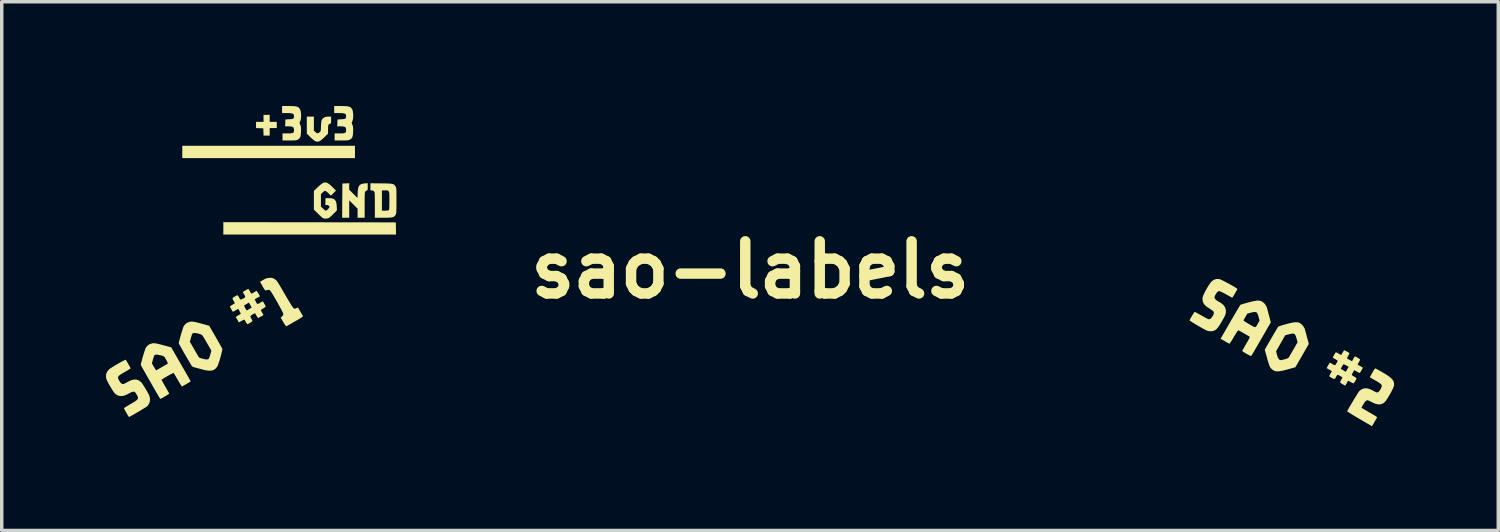
<source format=kicad_pcb>
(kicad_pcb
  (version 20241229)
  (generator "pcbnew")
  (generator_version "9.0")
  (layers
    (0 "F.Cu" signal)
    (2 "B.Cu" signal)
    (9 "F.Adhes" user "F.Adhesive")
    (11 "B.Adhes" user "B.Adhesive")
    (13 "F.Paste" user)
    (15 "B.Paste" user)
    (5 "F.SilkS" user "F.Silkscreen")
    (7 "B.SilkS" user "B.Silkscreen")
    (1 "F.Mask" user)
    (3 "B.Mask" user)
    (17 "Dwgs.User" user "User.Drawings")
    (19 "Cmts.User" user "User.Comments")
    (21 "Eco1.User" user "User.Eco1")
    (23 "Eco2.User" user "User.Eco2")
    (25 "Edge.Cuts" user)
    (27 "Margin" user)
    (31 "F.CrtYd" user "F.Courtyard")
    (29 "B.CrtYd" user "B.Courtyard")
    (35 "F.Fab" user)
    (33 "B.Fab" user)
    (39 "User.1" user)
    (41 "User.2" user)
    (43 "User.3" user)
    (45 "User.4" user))
  (footprint "sao-labels"
    (layer "F.Cu")
    (at 18.534 4.714)
    (property "Reference" "sao-labels" (at 0 0 0) (layer "F.SilkS") (effects (font (size 1.5 1.5) (thickness 0.3))))
    (attr board_only exclude_from_pos_files exclude_from_bom)
    (fp_poly (pts (xy -12.678 -1.369) (xy -10.197 -1.366) (xy -10.193 -1.191) (xy -10.19 -1.017) (xy -12.674 -1.017) (xy -15.159 -1.017) (xy -15.159 -1.194) (xy -15.159 -1.372)) (stroke (width 0) (type solid)) (fill yes) (layer "F.SilkS"))
    (fp_poly (pts (xy -11.372 -3.393) (xy -11.372 -3.215) (xy -13.856 -3.215) (xy -16.34 -3.215) (xy -16.34 -3.393) (xy -16.34 -3.57) (xy -13.856 -3.57) (xy -11.372 -3.57)) (stroke (width 0) (type solid)) (fill yes) (layer "F.SilkS"))
    (fp_poly (pts (xy -13.825 -4.358) (xy -13.825 -4.257) (xy -13.723 -4.257) (xy -13.621 -4.257) (xy -13.621 -4.168) (xy -13.621 -4.079) (xy -13.723 -4.079) (xy -13.825 -4.079) (xy -13.825 -3.971) (xy -13.825 -3.863) (xy -13.913 -3.863) (xy -14.001 -3.863) (xy -14.005 -3.968) (xy -14.009 -4.072) (xy -14.114 -4.076) (xy -14.218 -4.08) (xy -14.218 -4.168) (xy -14.218 -4.257) (xy -14.11 -4.257) (xy -14.002 -4.257) (xy -14.002 -4.358) (xy -14.002 -4.46) (xy -13.913 -4.46) (xy -13.825 -4.46)) (stroke (width 0) (type solid)) (fill yes) (layer "F.SilkS"))
    (fp_poly (pts (xy -11.004 -2.391) (xy -11.005 -2.338) (xy -11.008 -2.306) (xy -11.014 -2.291) (xy -11.023 -2.287) (xy -11.045 -2.279) (xy -11.067 -2.262) (xy -11.075 -2.253) (xy -11.08 -2.242) (xy -11.085 -2.226) (xy -11.088 -2.202) (xy -11.09 -2.166) (xy -11.092 -2.116) (xy -11.092 -2.049) (xy -11.093 -1.962) (xy -11.093 -1.868) (xy -11.093 -1.499) (xy -11.194 -1.499) (xy -11.296 -1.499) (xy -11.296 -1.63) (xy -11.296 -1.76) (xy -11.417 -1.881) (xy -11.537 -2.001) (xy -11.537 -1.75) (xy -11.537 -1.499) (xy -11.639 -1.499) (xy -11.741 -1.499) (xy -11.738 -1.992) (xy -11.734 -2.484) (xy -11.636 -2.488) (xy -11.537 -2.492) (xy -11.537 -2.399) (xy -11.537 -2.306) (xy -11.418 -2.187) (xy -11.299 -2.068) (xy -11.294 -2.213) (xy -11.288 -2.302) (xy -11.275 -2.37) (xy -11.253 -2.419) (xy -11.22 -2.452) (xy -11.173 -2.473) (xy -11.109 -2.485) (xy -11.084 -2.488) (xy -11.004 -2.494)) (stroke (width 0) (type solid)) (fill yes) (layer "F.SilkS"))
    (fp_poly (pts (xy -12.554 -4.208) (xy -12.554 -4.007) (xy -12.512 -3.967) (xy -12.476 -3.937) (xy -12.446 -3.928) (xy -12.414 -3.94) (xy -12.391 -3.958) (xy -12.375 -3.972) (xy -12.364 -3.987) (xy -12.357 -4.006) (xy -12.353 -4.037) (xy -12.351 -4.082) (xy -12.349 -4.14) (xy -12.345 -4.217) (xy -12.338 -4.274) (xy -12.326 -4.315) (xy -12.307 -4.345) (xy -12.279 -4.37) (xy -12.258 -4.384) (xy -12.216 -4.402) (xy -12.159 -4.409) (xy -12.138 -4.409) (xy -12.058 -4.409) (xy -12.058 -4.307) (xy -12.059 -4.257) (xy -12.061 -4.226) (xy -12.067 -4.211) (xy -12.077 -4.206) (xy -12.083 -4.206) (xy -12.11 -4.201) (xy -12.129 -4.185) (xy -12.14 -4.153) (xy -12.146 -4.103) (xy -12.147 -4.042) (xy -12.147 -3.917) (xy -12.259 -3.809) (xy -12.319 -3.754) (xy -12.365 -3.718) (xy -12.4 -3.698) (xy -12.413 -3.693) (xy -12.446 -3.687) (xy -12.467 -3.687) (xy -12.49 -3.694) (xy -12.514 -3.704) (xy -12.541 -3.721) (xy -12.58 -3.751) (xy -12.624 -3.79) (xy -12.657 -3.82) (xy -12.757 -3.918) (xy -12.757 -4.164) (xy -12.757 -4.409) (xy -12.656 -4.409) (xy -12.554 -4.409)) (stroke (width 0) (type solid)) (fill yes) (layer "F.SilkS"))
    (fp_poly (pts (xy -12.154 -2.495) (xy -12.097 -2.455) (xy -12.032 -2.394) (xy -12.023 -2.386) (xy -11.918 -2.28) (xy -11.992 -2.207) (xy -12.065 -2.135) (xy -12.135 -2.205) (xy -12.173 -2.24) (xy -12.207 -2.265) (xy -12.229 -2.274) (xy -12.23 -2.274) (xy -12.254 -2.266) (xy -12.285 -2.244) (xy -12.304 -2.226) (xy -12.351 -2.178) (xy -12.351 -2) (xy -12.351 -1.822) (xy -12.29 -1.763) (xy -12.256 -1.732) (xy -12.227 -1.71) (xy -12.21 -1.703) (xy -12.187 -1.712) (xy -12.159 -1.735) (xy -12.131 -1.765) (xy -12.111 -1.794) (xy -12.103 -1.818) (xy -12.104 -1.822) (xy -12.127 -1.85) (xy -12.168 -1.866) (xy -12.191 -1.868) (xy -12.225 -1.868) (xy -12.221 -1.966) (xy -12.217 -2.065) (xy -12.122 -2.064) (xy -12.045 -2.059) (xy -11.987 -2.042) (xy -11.946 -2.012) (xy -11.918 -1.965) (xy -11.902 -1.899) (xy -11.896 -1.825) (xy -11.89 -1.713) (xy -11.99 -1.612) (xy -12.034 -1.568) (xy -12.075 -1.531) (xy -12.108 -1.503) (xy -12.124 -1.492) (xy -12.165 -1.479) (xy -12.216 -1.475) (xy -12.265 -1.479) (xy -12.293 -1.489) (xy -12.312 -1.503) (xy -12.344 -1.531) (xy -12.385 -1.569) (xy -12.431 -1.613) (xy -12.436 -1.618) (xy -12.554 -1.734) (xy -12.554 -2.002) (xy -12.554 -2.271) (xy -12.435 -2.386) (xy -12.365 -2.449) (xy -12.306 -2.492) (xy -12.254 -2.514) (xy -12.205 -2.515)) (stroke (width 0) (type solid)) (fill yes) (layer "F.SilkS"))
    (fp_poly (pts (xy -13.275 -4.714) (xy -13.18 -4.712) (xy -13.107 -4.708) (xy -13.052 -4.699) (xy -13.011 -4.684) (xy -12.982 -4.662) (xy -12.96 -4.633) (xy -12.948 -4.61) (xy -12.932 -4.557) (xy -12.923 -4.491) (xy -12.921 -4.42) (xy -12.927 -4.352) (xy -12.939 -4.296) (xy -12.947 -4.278) (xy -12.961 -4.248) (xy -12.965 -4.227) (xy -12.958 -4.202) (xy -12.945 -4.172) (xy -12.934 -4.141) (xy -12.926 -4.109) (xy -12.923 -4.069) (xy -12.923 -4.014) (xy -12.924 -3.978) (xy -12.929 -3.903) (xy -12.937 -3.848) (xy -12.951 -3.808) (xy -12.974 -3.778) (xy -13.007 -3.753) (xy -13.015 -3.748) (xy -13.034 -3.738) (xy -13.055 -3.732) (xy -13.085 -3.727) (xy -13.127 -3.724) (xy -13.186 -3.723) (xy -13.256 -3.723) (xy -13.456 -3.723) (xy -13.456 -3.825) (xy -13.456 -3.926) (xy -13.311 -3.926) (xy -13.239 -3.927) (xy -13.188 -3.932) (xy -13.155 -3.941) (xy -13.136 -3.958) (xy -13.128 -3.984) (xy -13.126 -4.021) (xy -13.126 -4.022) (xy -13.13 -4.068) (xy -13.145 -4.1) (xy -13.174 -4.118) (xy -13.221 -4.127) (xy -13.279 -4.13) (xy -13.381 -4.13) (xy -13.377 -4.228) (xy -13.373 -4.327) (xy -13.262 -4.333) (xy -13.201 -4.338) (xy -13.162 -4.345) (xy -13.139 -4.359) (xy -13.129 -4.381) (xy -13.126 -4.415) (xy -13.126 -4.419) (xy -13.129 -4.454) (xy -13.142 -4.479) (xy -13.167 -4.496) (xy -13.208 -4.506) (xy -13.269 -4.51) (xy -13.323 -4.511) (xy -13.469 -4.511) (xy -13.469 -4.612) (xy -13.469 -4.714)) (stroke (width 0) (type solid)) (fill yes) (layer "F.SilkS"))
    (fp_poly (pts (xy -11.776 -4.714) (xy -11.681 -4.712) (xy -11.607 -4.708) (xy -11.552 -4.699) (xy -11.512 -4.684) (xy -11.482 -4.662) (xy -11.46 -4.633) (xy -11.448 -4.61) (xy -11.432 -4.557) (xy -11.424 -4.491) (xy -11.422 -4.42) (xy -11.427 -4.352) (xy -11.44 -4.296) (xy -11.447 -4.278) (xy -11.461 -4.248) (xy -11.465 -4.227) (xy -11.459 -4.202) (xy -11.446 -4.172) (xy -11.434 -4.141) (xy -11.427 -4.109) (xy -11.424 -4.069) (xy -11.424 -4.014) (xy -11.425 -3.978) (xy -11.429 -3.903) (xy -11.438 -3.848) (xy -11.452 -3.808) (xy -11.475 -3.778) (xy -11.507 -3.753) (xy -11.516 -3.748) (xy -11.534 -3.738) (xy -11.556 -3.732) (xy -11.586 -3.727) (xy -11.628 -3.724) (xy -11.686 -3.723) (xy -11.757 -3.723) (xy -11.957 -3.723) (xy -11.957 -3.825) (xy -11.957 -3.926) (xy -11.811 -3.926) (xy -11.739 -3.927) (xy -11.689 -3.932) (xy -11.656 -3.941) (xy -11.637 -3.958) (xy -11.628 -3.984) (xy -11.626 -4.021) (xy -11.626 -4.022) (xy -11.63 -4.068) (xy -11.645 -4.1) (xy -11.674 -4.118) (xy -11.722 -4.127) (xy -11.779 -4.13) (xy -11.882 -4.13) (xy -11.878 -4.228) (xy -11.874 -4.327) (xy -11.762 -4.333) (xy -11.702 -4.338) (xy -11.663 -4.345) (xy -11.64 -4.359) (xy -11.629 -4.381) (xy -11.627 -4.415) (xy -11.627 -4.419) (xy -11.63 -4.454) (xy -11.642 -4.479) (xy -11.667 -4.496) (xy -11.709 -4.506) (xy -11.77 -4.51) (xy -11.823 -4.511) (xy -11.969 -4.511) (xy -11.969 -4.612) (xy -11.969 -4.714)) (stroke (width 0) (type solid)) (fill yes) (layer "F.SilkS"))
    (fp_poly (pts (xy -10.612 -2.488) (xy -10.508 -2.487) (xy -10.425 -2.485) (xy -10.361 -2.481) (xy -10.314 -2.476) (xy -10.279 -2.468) (xy -10.253 -2.457) (xy -10.234 -2.442) (xy -10.218 -2.421) (xy -10.203 -2.398) (xy -10.195 -2.384) (xy -10.19 -2.369) (xy -10.185 -2.347) (xy -10.182 -2.318) (xy -10.18 -2.277) (xy -10.179 -2.221) (xy -10.178 -2.148) (xy -10.178 -2.054) (xy -10.178 -1.995) (xy -10.178 -1.888) (xy -10.178 -1.803) (xy -10.18 -1.738) (xy -10.181 -1.689) (xy -10.184 -1.653) (xy -10.188 -1.627) (xy -10.193 -1.608) (xy -10.199 -1.592) (xy -10.201 -1.589) (xy -10.218 -1.561) (xy -10.238 -1.539) (xy -10.265 -1.523) (xy -10.3 -1.512) (xy -10.349 -1.505) (xy -10.415 -1.501) (xy -10.5 -1.5) (xy -10.556 -1.499) (xy -10.8 -1.499) (xy -10.8 -1.703) (xy -10.597 -1.703) (xy -10.504 -1.703) (xy -10.452 -1.705) (xy -10.413 -1.711) (xy -10.396 -1.718) (xy -10.391 -1.733) (xy -10.386 -1.766) (xy -10.383 -1.82) (xy -10.382 -1.895) (xy -10.381 -1.99) (xy -10.381 -2.084) (xy -10.382 -2.156) (xy -10.386 -2.209) (xy -10.393 -2.245) (xy -10.405 -2.268) (xy -10.423 -2.281) (xy -10.448 -2.286) (xy -10.483 -2.287) (xy -10.509 -2.287) (xy -10.597 -2.287) (xy -10.597 -1.995) (xy -10.597 -1.703) (xy -10.8 -1.703) (xy -10.8 -1.868) (xy -10.8 -1.974) (xy -10.801 -2.059) (xy -10.802 -2.123) (xy -10.803 -2.171) (xy -10.805 -2.205) (xy -10.809 -2.229) (xy -10.813 -2.244) (xy -10.819 -2.254) (xy -10.826 -2.262) (xy -10.858 -2.281) (xy -10.889 -2.287) (xy -10.927 -2.287) (xy -10.927 -2.39) (xy -10.927 -2.492)) (stroke (width 0) (type solid)) (fill yes) (layer "F.SilkS"))
    (fp_poly (pts (xy -13.749 0.234) (xy -13.717 0.246) (xy -13.692 0.259) (xy -13.674 0.27) (xy -13.657 0.282) (xy -13.641 0.295) (xy -13.625 0.314) (xy -13.606 0.339) (xy -13.583 0.373) (xy -13.554 0.419) (xy -13.519 0.478) (xy -13.475 0.553) (xy -13.421 0.646) (xy -13.373 0.729) (xy -13.306 0.844) (xy -13.249 0.938) (xy -13.203 1.013) (xy -13.167 1.066) (xy -13.143 1.097) (xy -13.134 1.105) (xy -13.11 1.116) (xy -13.087 1.115) (xy -13.057 1.102) (xy -13.013 1.081) (xy -12.953 1.185) (xy -12.925 1.234) (xy -12.899 1.278) (xy -12.881 1.308) (xy -12.875 1.317) (xy -12.87 1.326) (xy -12.871 1.336) (xy -12.878 1.347) (xy -12.896 1.361) (xy -12.927 1.382) (xy -12.972 1.409) (xy -13.036 1.447) (xy -13.09 1.478) (xy -13.161 1.518) (xy -13.224 1.555) (xy -13.278 1.585) (xy -13.317 1.607) (xy -13.339 1.618) (xy -13.342 1.62) (xy -13.355 1.617) (xy -13.373 1.598) (xy -13.398 1.562) (xy -13.433 1.505) (xy -13.435 1.5) (xy -13.509 1.373) (xy -13.47 1.34) (xy -13.438 1.302) (xy -13.431 1.272) (xy -13.437 1.253) (xy -13.454 1.215) (xy -13.481 1.162) (xy -13.515 1.098) (xy -13.554 1.026) (xy -13.596 0.95) (xy -13.64 0.873) (xy -13.683 0.799) (xy -13.723 0.731) (xy -13.759 0.673) (xy -13.788 0.628) (xy -13.809 0.6) (xy -13.815 0.593) (xy -13.841 0.578) (xy -13.874 0.576) (xy -13.921 0.586) (xy -13.933 0.59) (xy -13.945 0.591) (xy -13.959 0.582) (xy -13.977 0.56) (xy -14.001 0.522) (xy -14.03 0.471) (xy -14.102 0.343) (xy -14.012 0.289) (xy -13.961 0.261) (xy -13.92 0.244) (xy -13.88 0.235) (xy -13.835 0.231) (xy -13.785 0.229)) (stroke (width 0) (type solid)) (fill yes) (layer "F.SilkS"))
    (fp_poly (pts (xy 15.772 1.514) (xy 15.811 1.53) (xy 15.836 1.545) (xy 15.902 1.607) (xy 15.947 1.681) (xy 15.961 1.72) (xy 15.969 1.752) (xy 15.982 1.801) (xy 15.999 1.863) (xy 16.017 1.932) (xy 16.023 1.952) (xy 16.07 2.132) (xy 15.877 2.467) (xy 15.683 2.802) (xy 15.468 2.861) (xy 15.364 2.889) (xy 15.28 2.907) (xy 15.212 2.918) (xy 15.157 2.92) (xy 15.112 2.915) (xy 15.092 2.91) (xy 15.039 2.883) (xy 14.987 2.838) (xy 14.959 2.804) (xy 14.946 2.777) (xy 14.928 2.73) (xy 14.907 2.665) (xy 14.883 2.588) (xy 14.867 2.529) (xy 14.815 2.34) (xy 15.129 2.34) (xy 15.152 2.431) (xy 15.171 2.499) (xy 15.191 2.546) (xy 15.214 2.576) (xy 15.238 2.591) (xy 15.255 2.596) (xy 15.272 2.597) (xy 15.296 2.593) (xy 15.333 2.585) (xy 15.387 2.569) (xy 15.4 2.566) (xy 15.45 2.549) (xy 15.482 2.531) (xy 15.501 2.509) (xy 15.503 2.507) (xy 15.515 2.484) (xy 15.538 2.444) (xy 15.569 2.391) (xy 15.605 2.329) (xy 15.635 2.277) (xy 15.747 2.083) (xy 15.718 1.975) (xy 15.698 1.91) (xy 15.678 1.867) (xy 15.653 1.841) (xy 15.618 1.832) (xy 15.569 1.837) (xy 15.501 1.853) (xy 15.489 1.856) (xy 15.392 1.882) (xy 15.26 2.111) (xy 15.129 2.34) (xy 14.815 2.34) (xy 14.803 2.295) (xy 14.989 1.973) (xy 15.037 1.89) (xy 15.081 1.814) (xy 15.12 1.748) (xy 15.152 1.694) (xy 15.176 1.656) (xy 15.189 1.636) (xy 15.19 1.635) (xy 15.207 1.626) (xy 15.245 1.613) (xy 15.298 1.596) (xy 15.362 1.577) (xy 15.414 1.562) (xy 15.519 1.535) (xy 15.604 1.517) (xy 15.672 1.507) (xy 15.727 1.507)) (stroke (width 0) (type solid)) (fill yes) (layer "F.SilkS"))
    (fp_poly (pts (xy -16.025 1.491) (xy -15.981 1.499) (xy -15.923 1.511) (xy -15.849 1.53) (xy -15.793 1.545) (xy -15.566 1.607) (xy -15.38 1.929) (xy -15.332 2.012) (xy -15.289 2.089) (xy -15.251 2.156) (xy -15.221 2.21) (xy -15.2 2.25) (xy -15.189 2.271) (xy -15.188 2.273) (xy -15.189 2.296) (xy -15.197 2.338) (xy -15.21 2.395) (xy -15.227 2.461) (xy -15.247 2.532) (xy -15.268 2.603) (xy -15.289 2.668) (xy -15.308 2.724) (xy -15.325 2.765) (xy -15.333 2.781) (xy -15.378 2.838) (xy -15.432 2.877) (xy -15.498 2.898) (xy -15.578 2.901) (xy -15.673 2.887) (xy -15.737 2.872) (xy -15.803 2.854) (xy -15.871 2.836) (xy -15.93 2.82) (xy -15.959 2.813) (xy -16.004 2.8) (xy -16.039 2.787) (xy -16.057 2.778) (xy -16.067 2.763) (xy -16.088 2.73) (xy -16.117 2.682) (xy -16.152 2.622) (xy -16.192 2.554) (xy -16.235 2.481) (xy -16.278 2.406) (xy -16.32 2.333) (xy -16.358 2.265) (xy -16.392 2.205) (xy -16.418 2.157) (xy -16.436 2.125) (xy -16.442 2.11) (xy -16.442 2.11) (xy -16.438 2.087) (xy -16.434 2.068) (xy -16.122 2.068) (xy -15.994 2.289) (xy -15.955 2.357) (xy -15.92 2.417) (xy -15.89 2.467) (xy -15.869 2.502) (xy -15.858 2.519) (xy -15.858 2.52) (xy -15.84 2.529) (xy -15.805 2.541) (xy -15.761 2.554) (xy -15.713 2.566) (xy -15.671 2.574) (xy -15.641 2.578) (xy -15.606 2.573) (xy -15.585 2.563) (xy -15.571 2.542) (xy -15.554 2.502) (xy -15.537 2.448) (xy -15.533 2.435) (xy -15.503 2.324) (xy -15.625 2.112) (xy -15.664 2.044) (xy -15.7 1.983) (xy -15.731 1.933) (xy -15.754 1.897) (xy -15.767 1.878) (xy -15.767 1.878) (xy -15.792 1.863) (xy -15.835 1.846) (xy -15.886 1.832) (xy -15.938 1.821) (xy -15.984 1.815) (xy -16.015 1.816) (xy -16.017 1.817) (xy -16.035 1.825) (xy -16.049 1.837) (xy -16.06 1.857) (xy -16.072 1.891) (xy -16.087 1.943) (xy -16.093 1.963) (xy -16.122 2.068) (xy -16.434 2.068) (xy -16.428 2.045) (xy -16.413 1.989) (xy -16.395 1.924) (xy -16.375 1.854) (xy -16.354 1.785) (xy -16.335 1.722) (xy -16.317 1.67) (xy -16.304 1.633) (xy -16.298 1.621) (xy -16.251 1.559) (xy -16.187 1.515) (xy -16.112 1.492) (xy -16.092 1.489) (xy -16.061 1.488)) (stroke (width 0) (type solid)) (fill yes) (layer "F.SilkS"))
    (fp_poly (pts (xy -17.966 2.588) (xy -17.955 2.604) (xy -17.935 2.636) (xy -17.911 2.677) (xy -17.885 2.723) (xy -17.86 2.767) (xy -17.84 2.804) (xy -17.829 2.828) (xy -17.827 2.833) (xy -17.837 2.843) (xy -17.866 2.862) (xy -17.91 2.889) (xy -17.964 2.921) (xy -17.999 2.941) (xy -18.073 2.984) (xy -18.127 3.018) (xy -18.163 3.046) (xy -18.183 3.072) (xy -18.189 3.098) (xy -18.183 3.127) (xy -18.168 3.162) (xy -18.163 3.172) (xy -18.127 3.233) (xy -18.088 3.272) (xy -18.049 3.286) (xy -18.031 3.284) (xy -18.003 3.273) (xy -17.963 3.254) (xy -17.927 3.233) (xy -17.832 3.184) (xy -17.747 3.158) (xy -17.67 3.155) (xy -17.601 3.175) (xy -17.537 3.219) (xy -17.514 3.242) (xy -17.492 3.271) (xy -17.461 3.317) (xy -17.425 3.374) (xy -17.387 3.437) (xy -17.35 3.501) (xy -17.318 3.559) (xy -17.294 3.606) (xy -17.283 3.633) (xy -17.268 3.71) (xy -17.274 3.787) (xy -17.299 3.858) (xy -17.342 3.917) (xy -17.355 3.929) (xy -17.374 3.943) (xy -17.411 3.966) (xy -17.46 3.996) (xy -17.519 4.032) (xy -17.583 4.07) (xy -17.649 4.109) (xy -17.712 4.145) (xy -17.77 4.178) (xy -17.818 4.205) (xy -17.852 4.224) (xy -17.869 4.231) (xy -17.869 4.231) (xy -17.881 4.222) (xy -17.895 4.203) (xy -17.921 4.159) (xy -17.949 4.111) (xy -17.976 4.064) (xy -17.998 4.022) (xy -18.013 3.993) (xy -18.018 3.981) (xy -18.007 3.971) (xy -17.978 3.951) (xy -17.934 3.923) (xy -17.879 3.89) (xy -17.833 3.863) (xy -17.751 3.816) (xy -17.69 3.777) (xy -17.648 3.746) (xy -17.623 3.717) (xy -17.613 3.69) (xy -17.616 3.66) (xy -17.631 3.625) (xy -17.656 3.583) (xy -17.679 3.545) (xy -17.7 3.52) (xy -17.723 3.505) (xy -17.75 3.503) (xy -17.786 3.513) (xy -17.835 3.534) (xy -17.9 3.568) (xy -17.939 3.589) (xy -18.023 3.622) (xy -18.104 3.632) (xy -18.18 3.619) (xy -18.247 3.583) (xy -18.287 3.548) (xy -18.308 3.52) (xy -18.338 3.475) (xy -18.374 3.419) (xy -18.411 3.356) (xy -18.428 3.328) (xy -18.47 3.252) (xy -18.5 3.193) (xy -18.52 3.147) (xy -18.531 3.109) (xy -18.534 3.089) (xy -18.532 3.009) (xy -18.505 2.936) (xy -18.454 2.871) (xy -18.453 2.869) (xy -18.427 2.848) (xy -18.386 2.82) (xy -18.334 2.786) (xy -18.274 2.749) (xy -18.21 2.712) (xy -18.147 2.675) (xy -18.088 2.643) (xy -18.036 2.615) (xy -17.996 2.596) (xy -17.972 2.587)) (stroke (width 0) (type solid)) (fill yes) (layer "F.SilkS"))
    (fp_poly (pts (xy 13.486 0.264) (xy 13.503 0.267) (xy 13.529 0.276) (xy 13.571 0.295) (xy 13.625 0.322) (xy 13.686 0.354) (xy 13.752 0.389) (xy 13.818 0.426) (xy 13.88 0.461) (xy 13.935 0.493) (xy 13.978 0.52) (xy 14.006 0.54) (xy 14.015 0.55) (xy 14.009 0.565) (xy 13.993 0.595) (xy 13.97 0.636) (xy 13.944 0.681) (xy 13.917 0.726) (xy 13.893 0.764) (xy 13.876 0.791) (xy 13.867 0.8) (xy 13.854 0.795) (xy 13.823 0.778) (xy 13.778 0.753) (xy 13.723 0.723) (xy 13.692 0.705) (xy 13.631 0.672) (xy 13.575 0.643) (xy 13.529 0.622) (xy 13.499 0.611) (xy 13.491 0.61) (xy 13.457 0.621) (xy 13.426 0.651) (xy 13.392 0.703) (xy 13.367 0.751) (xy 13.355 0.79) (xy 13.354 0.797) (xy 13.365 0.823) (xy 13.391 0.855) (xy 13.427 0.885) (xy 13.456 0.902) (xy 13.545 0.954) (xy 13.611 1.008) (xy 13.655 1.067) (xy 13.679 1.132) (xy 13.685 1.191) (xy 13.683 1.225) (xy 13.678 1.257) (xy 13.667 1.292) (xy 13.65 1.334) (xy 13.624 1.385) (xy 13.587 1.449) (xy 13.539 1.531) (xy 13.52 1.562) (xy 13.469 1.641) (xy 13.422 1.698) (xy 13.374 1.736) (xy 13.323 1.757) (xy 13.264 1.766) (xy 13.248 1.766) (xy 13.188 1.762) (xy 13.136 1.746) (xy 13.1 1.729) (xy 13.047 1.701) (xy 12.986 1.667) (xy 12.92 1.629) (xy 12.854 1.591) (xy 12.791 1.553) (xy 12.734 1.518) (xy 12.687 1.489) (xy 12.655 1.467) (xy 12.64 1.455) (xy 12.639 1.453) (xy 12.647 1.433) (xy 12.665 1.399) (xy 12.689 1.357) (xy 12.716 1.312) (xy 12.743 1.269) (xy 12.766 1.234) (xy 12.782 1.212) (xy 12.787 1.207) (xy 12.802 1.213) (xy 12.834 1.23) (xy 12.881 1.256) (xy 12.938 1.288) (xy 12.986 1.315) (xy 13.05 1.351) (xy 13.107 1.382) (xy 13.155 1.406) (xy 13.188 1.42) (xy 13.201 1.423) (xy 13.233 1.412) (xy 13.268 1.381) (xy 13.301 1.336) (xy 13.322 1.297) (xy 13.337 1.256) (xy 13.338 1.223) (xy 13.323 1.193) (xy 13.289 1.162) (xy 13.235 1.126) (xy 13.219 1.116) (xy 13.136 1.062) (xy 13.077 1.01) (xy 13.038 0.955) (xy 13.017 0.895) (xy 13.012 0.827) (xy 13.014 0.801) (xy 13.024 0.763) (xy 13.045 0.709) (xy 13.076 0.645) (xy 13.113 0.575) (xy 13.153 0.505) (xy 13.194 0.439) (xy 13.233 0.383) (xy 13.267 0.341) (xy 13.272 0.336) (xy 13.337 0.287) (xy 13.408 0.263)) (stroke (width 0) (type solid)) (fill yes) (layer "F.SilkS"))
    (fp_poly (pts (xy 14.681 0.892) (xy 14.72 0.909) (xy 14.743 0.923) (xy 14.809 0.984) (xy 14.854 1.058) (xy 14.868 1.098) (xy 14.876 1.129) (xy 14.89 1.179) (xy 14.906 1.241) (xy 14.924 1.309) (xy 14.93 1.33) (xy 14.977 1.509) (xy 14.701 1.988) (xy 14.642 2.089) (xy 14.588 2.183) (xy 14.538 2.268) (xy 14.495 2.342) (xy 14.46 2.402) (xy 14.433 2.446) (xy 14.417 2.471) (xy 14.413 2.477) (xy 14.399 2.475) (xy 14.367 2.462) (xy 14.323 2.44) (xy 14.279 2.415) (xy 14.23 2.386) (xy 14.19 2.361) (xy 14.163 2.342) (xy 14.155 2.334) (xy 14.161 2.32) (xy 14.178 2.288) (xy 14.204 2.242) (xy 14.236 2.185) (xy 14.269 2.128) (xy 14.309 2.058) (xy 14.338 2.006) (xy 14.357 1.97) (xy 14.367 1.947) (xy 14.37 1.932) (xy 14.366 1.923) (xy 14.358 1.916) (xy 14.355 1.914) (xy 14.322 1.894) (xy 14.277 1.868) (xy 14.225 1.838) (xy 14.172 1.808) (xy 14.122 1.78) (xy 14.08 1.757) (xy 14.051 1.743) (xy 14.042 1.738) (xy 14.031 1.747) (xy 14.01 1.775) (xy 13.981 1.819) (xy 13.947 1.874) (xy 13.912 1.931) (xy 13.875 1.994) (xy 13.841 2.049) (xy 13.813 2.091) (xy 13.793 2.117) (xy 13.784 2.125) (xy 13.768 2.117) (xy 13.735 2.099) (xy 13.691 2.074) (xy 13.651 2.051) (xy 13.532 1.981) (xy 13.563 1.927) (xy 13.576 1.905) (xy 13.6 1.863) (xy 13.634 1.804) (xy 13.676 1.732) (xy 13.724 1.649) (xy 13.777 1.557) (xy 13.833 1.46) (xy 13.834 1.457) (xy 14.193 1.457) (xy 14.203 1.467) (xy 14.232 1.488) (xy 14.276 1.515) (xy 14.33 1.548) (xy 14.361 1.567) (xy 14.427 1.605) (xy 14.474 1.631) (xy 14.508 1.645) (xy 14.532 1.646) (xy 14.551 1.634) (xy 14.57 1.608) (xy 14.593 1.567) (xy 14.608 1.54) (xy 14.654 1.46) (xy 14.625 1.352) (xy 14.605 1.287) (xy 14.585 1.244) (xy 14.56 1.219) (xy 14.525 1.21) (xy 14.476 1.214) (xy 14.408 1.23) (xy 14.396 1.233) (xy 14.299 1.26) (xy 14.246 1.353) (xy 14.222 1.396) (xy 14.203 1.432) (xy 14.194 1.454) (xy 14.193 1.457) (xy 13.834 1.457) (xy 13.843 1.443) (xy 13.898 1.347) (xy 13.95 1.259) (xy 13.997 1.179) (xy 14.037 1.112) (xy 14.069 1.059) (xy 14.092 1.022) (xy 14.104 1.004) (xy 14.106 1.003) (xy 14.122 0.997) (xy 14.158 0.986) (xy 14.211 0.97) (xy 14.274 0.953) (xy 14.324 0.939) (xy 14.429 0.912) (xy 14.513 0.894) (xy 14.581 0.885) (xy 14.636 0.884)) (stroke (width 0) (type solid)) (fill yes) (layer "F.SilkS"))
    (fp_poly (pts (xy 17.994 2.84) (xy 18.026 2.856) (xy 18.073 2.882) (xy 18.131 2.914) (xy 18.192 2.949) (xy 18.294 3.01) (xy 18.375 3.064) (xy 18.437 3.114) (xy 18.48 3.161) (xy 18.507 3.208) (xy 18.521 3.256) (xy 18.522 3.31) (xy 18.519 3.336) (xy 18.508 3.371) (xy 18.487 3.421) (xy 18.456 3.483) (xy 18.42 3.551) (xy 18.38 3.62) (xy 18.341 3.685) (xy 18.303 3.742) (xy 18.271 3.785) (xy 18.257 3.801) (xy 18.198 3.846) (xy 18.133 3.869) (xy 18.061 3.87) (xy 17.978 3.849) (xy 17.884 3.807) (xy 17.882 3.805) (xy 17.833 3.78) (xy 17.791 3.761) (xy 17.761 3.75) (xy 17.753 3.748) (xy 17.73 3.757) (xy 17.702 3.779) (xy 17.698 3.783) (xy 17.678 3.808) (xy 17.655 3.843) (xy 17.63 3.883) (xy 17.608 3.921) (xy 17.593 3.951) (xy 17.587 3.968) (xy 17.587 3.97) (xy 17.599 3.977) (xy 17.63 3.995) (xy 17.676 4.022) (xy 17.734 4.055) (xy 17.8 4.094) (xy 17.818 4.104) (xy 17.894 4.148) (xy 17.95 4.181) (xy 17.99 4.205) (xy 18.015 4.223) (xy 18.028 4.236) (xy 18.032 4.246) (xy 18.03 4.256) (xy 18.026 4.261) (xy 18.012 4.284) (xy 17.99 4.322) (xy 17.962 4.37) (xy 17.949 4.393) (xy 17.923 4.438) (xy 17.902 4.473) (xy 17.889 4.494) (xy 17.886 4.497) (xy 17.875 4.491) (xy 17.845 4.473) (xy 17.798 4.445) (xy 17.736 4.41) (xy 17.663 4.367) (xy 17.582 4.32) (xy 17.528 4.288) (xy 17.443 4.238) (xy 17.364 4.191) (xy 17.296 4.15) (xy 17.241 4.115) (xy 17.201 4.089) (xy 17.179 4.073) (xy 17.175 4.068) (xy 17.184 4.049) (xy 17.203 4.012) (xy 17.232 3.961) (xy 17.267 3.9) (xy 17.307 3.832) (xy 17.35 3.761) (xy 17.392 3.691) (xy 17.432 3.626) (xy 17.468 3.568) (xy 17.497 3.523) (xy 17.518 3.493) (xy 17.525 3.485) (xy 17.589 3.436) (xy 17.661 3.41) (xy 17.74 3.407) (xy 17.823 3.429) (xy 17.867 3.449) (xy 17.929 3.483) (xy 17.974 3.505) (xy 18.004 3.519) (xy 18.024 3.526) (xy 18.039 3.527) (xy 18.052 3.523) (xy 18.06 3.521) (xy 18.086 3.501) (xy 18.115 3.465) (xy 18.142 3.421) (xy 18.162 3.376) (xy 18.17 3.34) (xy 18.17 3.34) (xy 18.166 3.318) (xy 18.153 3.295) (xy 18.126 3.271) (xy 18.085 3.242) (xy 18.026 3.205) (xy 17.965 3.171) (xy 17.914 3.142) (xy 17.871 3.117) (xy 17.841 3.1) (xy 17.829 3.093) (xy 17.832 3.08) (xy 17.846 3.052) (xy 17.867 3.012) (xy 17.893 2.967) (xy 17.92 2.921) (xy 17.945 2.881) (xy 17.965 2.85) (xy 17.978 2.834) (xy 17.979 2.834)) (stroke (width 0) (type solid)) (fill yes) (layer "F.SilkS"))
    (fp_poly (pts (xy -17.118 2.114) (xy -17.073 2.121) (xy -17.016 2.134) (xy -16.941 2.153) (xy -16.886 2.168) (xy -16.659 2.229) (xy -16.379 2.714) (xy -16.321 2.815) (xy -16.266 2.909) (xy -16.217 2.995) (xy -16.175 3.068) (xy -16.141 3.129) (xy -16.116 3.173) (xy -16.102 3.199) (xy -16.099 3.205) (xy -16.109 3.214) (xy -16.136 3.232) (xy -16.175 3.256) (xy -16.219 3.283) (xy -16.265 3.309) (xy -16.305 3.332) (xy -16.336 3.348) (xy -16.351 3.354) (xy -16.351 3.354) (xy -16.36 3.344) (xy -16.38 3.315) (xy -16.407 3.271) (xy -16.44 3.217) (xy -16.465 3.173) (xy -16.501 3.111) (xy -16.533 3.056) (xy -16.559 3.012) (xy -16.576 2.983) (xy -16.581 2.974) (xy -16.589 2.969) (xy -16.606 2.972) (xy -16.635 2.984) (xy -16.678 3.006) (xy -16.738 3.04) (xy -16.765 3.055) (xy -16.824 3.089) (xy -16.874 3.119) (xy -16.912 3.143) (xy -16.934 3.157) (xy -16.938 3.161) (xy -16.932 3.173) (xy -16.915 3.204) (xy -16.89 3.25) (xy -16.858 3.307) (xy -16.828 3.359) (xy -16.792 3.422) (xy -16.76 3.478) (xy -16.736 3.521) (xy -16.719 3.55) (xy -16.714 3.559) (xy -16.723 3.567) (xy -16.749 3.585) (xy -16.786 3.609) (xy -16.83 3.635) (xy -16.875 3.662) (xy -16.916 3.685) (xy -16.948 3.703) (xy -16.966 3.71) (xy -16.967 3.71) (xy -16.979 3.701) (xy -16.993 3.682) (xy -17.011 3.652) (xy -17.038 3.606) (xy -17.073 3.546) (xy -17.115 3.474) (xy -17.161 3.394) (xy -17.21 3.308) (xy -17.261 3.219) (xy -17.312 3.13) (xy -17.361 3.044) (xy -17.407 2.962) (xy -17.449 2.889) (xy -17.484 2.827) (xy -17.511 2.778) (xy -17.528 2.746) (xy -17.535 2.733) (xy -17.535 2.733) (xy -17.531 2.71) (xy -17.526 2.689) (xy -17.214 2.689) (xy -17.156 2.792) (xy -17.13 2.836) (xy -17.108 2.87) (xy -17.094 2.889) (xy -17.09 2.891) (xy -17.078 2.884) (xy -17.047 2.866) (xy -17.002 2.841) (xy -16.948 2.809) (xy -16.925 2.796) (xy -16.868 2.763) (xy -16.818 2.733) (xy -16.78 2.711) (xy -16.759 2.697) (xy -16.756 2.695) (xy -16.758 2.681) (xy -16.77 2.652) (xy -16.789 2.613) (xy -16.812 2.572) (xy -16.835 2.533) (xy -16.855 2.504) (xy -16.866 2.492) (xy -16.891 2.479) (xy -16.932 2.466) (xy -16.982 2.454) (xy -17.033 2.444) (xy -17.077 2.438) (xy -17.106 2.439) (xy -17.109 2.44) (xy -17.128 2.448) (xy -17.142 2.46) (xy -17.153 2.48) (xy -17.165 2.514) (xy -17.18 2.566) (xy -17.185 2.585) (xy -17.214 2.689) (xy -17.526 2.689) (xy -17.521 2.668) (xy -17.506 2.612) (xy -17.488 2.546) (xy -17.468 2.477) (xy -17.447 2.408) (xy -17.427 2.345) (xy -17.41 2.292) (xy -17.397 2.256) (xy -17.391 2.243) (xy -17.343 2.182) (xy -17.279 2.138) (xy -17.204 2.114) (xy -17.185 2.112) (xy -17.154 2.111)) (stroke (width 0) (type solid)) (fill yes) (layer "F.SilkS"))
    (fp_poly (pts (xy 17.105 2.318) (xy 17.134 2.333) (xy 17.17 2.352) (xy 17.205 2.372) (xy 17.231 2.389) (xy 17.241 2.396) (xy 17.237 2.408) (xy 17.224 2.436) (xy 17.204 2.471) (xy 17.184 2.508) (xy 17.171 2.536) (xy 17.168 2.547) (xy 17.181 2.555) (xy 17.209 2.571) (xy 17.243 2.59) (xy 17.313 2.629) (xy 17.35 2.56) (xy 17.371 2.524) (xy 17.389 2.498) (xy 17.398 2.49) (xy 17.416 2.497) (xy 17.446 2.512) (xy 17.481 2.532) (xy 17.515 2.553) (xy 17.539 2.571) (xy 17.547 2.58) (xy 17.541 2.596) (xy 17.526 2.627) (xy 17.509 2.657) (xy 17.489 2.692) (xy 17.476 2.717) (xy 17.474 2.725) (xy 17.486 2.732) (xy 17.514 2.748) (xy 17.551 2.769) (xy 17.588 2.791) (xy 17.614 2.807) (xy 17.624 2.816) (xy 17.618 2.83) (xy 17.603 2.859) (xy 17.582 2.894) (xy 17.562 2.929) (xy 17.545 2.955) (xy 17.537 2.966) (xy 17.522 2.962) (xy 17.493 2.949) (xy 17.454 2.927) (xy 17.454 2.927) (xy 17.416 2.906) (xy 17.388 2.891) (xy 17.376 2.887) (xy 17.376 2.887) (xy 17.363 2.907) (xy 17.345 2.939) (xy 17.327 2.974) (xy 17.312 3.003) (xy 17.306 3.02) (xy 17.306 3.02) (xy 17.316 3.033) (xy 17.343 3.052) (xy 17.369 3.067) (xy 17.405 3.088) (xy 17.431 3.106) (xy 17.44 3.114) (xy 17.438 3.131) (xy 17.426 3.161) (xy 17.407 3.197) (xy 17.386 3.231) (xy 17.367 3.257) (xy 17.354 3.266) (xy 17.337 3.26) (xy 17.305 3.244) (xy 17.272 3.226) (xy 17.236 3.206) (xy 17.209 3.194) (xy 17.199 3.191) (xy 17.192 3.204) (xy 17.176 3.232) (xy 17.159 3.262) (xy 17.138 3.298) (xy 17.122 3.322) (xy 17.115 3.329) (xy 17.102 3.323) (xy 17.074 3.307) (xy 17.048 3.293) (xy 17.004 3.266) (xy 16.979 3.246) (xy 16.972 3.227) (xy 16.98 3.202) (xy 17 3.166) (xy 17 3.165) (xy 17.021 3.13) (xy 17.035 3.104) (xy 17.039 3.095) (xy 17.029 3.087) (xy 17.003 3.07) (xy 16.968 3.05) (xy 16.928 3.028) (xy 16.902 3.02) (xy 16.885 3.028) (xy 16.867 3.054) (xy 16.853 3.081) (xy 16.832 3.119) (xy 16.815 3.137) (xy 16.794 3.139) (xy 16.762 3.126) (xy 16.733 3.11) (xy 16.695 3.088) (xy 16.668 3.069) (xy 16.658 3.058) (xy 16.664 3.041) (xy 16.679 3.01) (xy 16.696 2.981) (xy 16.733 2.915) (xy 16.661 2.872) (xy 16.623 2.85) (xy 16.615 2.845) (xy 16.988 2.845) (xy 17.017 2.863) (xy 17.047 2.881) (xy 17.084 2.904) (xy 17.09 2.907) (xy 17.134 2.934) (xy 17.175 2.862) (xy 17.216 2.789) (xy 17.144 2.748) (xy 17.106 2.729) (xy 17.077 2.717) (xy 17.064 2.716) (xy 17.054 2.732) (xy 17.036 2.762) (xy 17.022 2.785) (xy 16.988 2.845) (xy 16.615 2.845) (xy 16.596 2.834) (xy 16.584 2.827) (xy 16.589 2.815) (xy 16.603 2.788) (xy 16.624 2.75) (xy 16.627 2.746) (xy 16.673 2.667) (xy 16.741 2.706) (xy 16.779 2.726) (xy 16.809 2.74) (xy 16.822 2.745) (xy 16.833 2.734) (xy 16.852 2.709) (xy 16.872 2.677) (xy 16.889 2.645) (xy 16.899 2.622) (xy 16.899 2.617) (xy 16.889 2.606) (xy 16.863 2.587) (xy 16.83 2.567) (xy 16.793 2.545) (xy 16.768 2.529) (xy 16.76 2.521) (xy 16.766 2.507) (xy 16.781 2.478) (xy 16.801 2.443) (xy 16.821 2.408) (xy 16.838 2.382) (xy 16.847 2.371) (xy 16.861 2.374) (xy 16.891 2.388) (xy 16.928 2.409) (xy 17.001 2.452) (xy 17.04 2.382) (xy 17.063 2.346) (xy 17.081 2.321) (xy 17.091 2.313)) (stroke (width 0) (type solid)) (fill yes) (layer "F.SilkS"))
    (fp_poly (pts (xy -14.433 0.556) (xy -14.416 0.583) (xy -14.396 0.616) (xy -14.375 0.652) (xy -14.359 0.678) (xy -14.351 0.686) (xy -14.339 0.68) (xy -14.311 0.665) (xy -14.281 0.648) (xy -14.244 0.626) (xy -14.216 0.611) (xy -14.204 0.606) (xy -14.193 0.615) (xy -14.174 0.641) (xy -14.15 0.678) (xy -14.148 0.682) (xy -14.104 0.76) (xy -14.177 0.802) (xy -14.215 0.823) (xy -14.243 0.839) (xy -14.254 0.846) (xy -14.252 0.858) (xy -14.24 0.884) (xy -14.223 0.917) (xy -14.205 0.948) (xy -14.191 0.969) (xy -14.18 0.98) (xy -14.167 0.981) (xy -14.146 0.973) (xy -14.11 0.952) (xy -14.099 0.946) (xy -14.062 0.924) (xy -14.034 0.909) (xy -14.021 0.905) (xy -14.021 0.905) (xy -14.01 0.921) (xy -13.992 0.951) (xy -13.972 0.987) (xy -13.954 1.021) (xy -13.942 1.046) (xy -13.939 1.054) (xy -13.949 1.066) (xy -13.975 1.086) (xy -14.009 1.108) (xy -14.045 1.131) (xy -14.07 1.149) (xy -14.079 1.159) (xy -14.073 1.174) (xy -14.057 1.203) (xy -14.04 1.233) (xy -14.02 1.269) (xy -14.008 1.293) (xy -14.005 1.302) (xy -14.023 1.313) (xy -14.053 1.33) (xy -14.09 1.35) (xy -14.124 1.368) (xy -14.15 1.381) (xy -14.159 1.385) (xy -14.169 1.375) (xy -14.187 1.348) (xy -14.207 1.315) (xy -14.246 1.245) (xy -14.31 1.28) (xy -14.346 1.302) (xy -14.372 1.321) (xy -14.38 1.331) (xy -14.377 1.35) (xy -14.364 1.382) (xy -14.353 1.403) (xy -14.334 1.438) (xy -14.322 1.464) (xy -14.32 1.472) (xy -14.33 1.483) (xy -14.355 1.501) (xy -14.389 1.523) (xy -14.423 1.543) (xy -14.452 1.558) (xy -14.466 1.563) (xy -14.476 1.553) (xy -14.494 1.528) (xy -14.505 1.511) (xy -14.526 1.476) (xy -14.541 1.449) (xy -14.545 1.441) (xy -14.553 1.434) (xy -14.571 1.437) (xy -14.604 1.452) (xy -14.632 1.467) (xy -14.712 1.512) (xy -14.756 1.433) (xy -14.801 1.353) (xy -14.735 1.312) (xy -14.699 1.29) (xy -14.671 1.273) (xy -14.659 1.267) (xy -14.659 1.256) (xy -14.671 1.228) (xy -14.689 1.192) (xy -14.73 1.121) (xy -14.806 1.165) (xy -14.844 1.187) (xy -14.872 1.201) (xy -14.885 1.205) (xy -14.885 1.205) (xy -14.896 1.189) (xy -14.914 1.159) (xy -14.934 1.123) (xy -14.953 1.088) (xy -14.965 1.063) (xy -14.968 1.055) (xy -14.958 1.043) (xy -14.933 1.025) (xy -14.561 1.025) (xy -14.558 1.038) (xy -14.546 1.064) (xy -14.53 1.098) (xy -14.512 1.132) (xy -14.496 1.158) (xy -14.487 1.169) (xy -14.487 1.169) (xy -14.474 1.163) (xy -14.446 1.147) (xy -14.417 1.129) (xy -14.382 1.108) (xy -14.356 1.092) (xy -14.347 1.086) (xy -14.351 1.073) (xy -14.364 1.046) (xy -14.383 1.011) (xy -14.423 0.941) (xy -14.489 0.981) (xy -14.525 1.003) (xy -14.551 1.019) (xy -14.561 1.025) (xy -14.933 1.025) (xy -14.931 1.024) (xy -14.898 1.004) (xy -14.862 0.982) (xy -14.837 0.966) (xy -14.828 0.958) (xy -14.834 0.945) (xy -14.849 0.916) (xy -14.867 0.885) (xy -14.886 0.85) (xy -14.894 0.826) (xy -14.89 0.809) (xy -14.869 0.791) (xy -14.83 0.768) (xy -14.811 0.757) (xy -14.776 0.737) (xy -14.753 0.731) (xy -14.737 0.741) (xy -14.719 0.769) (xy -14.706 0.794) (xy -14.684 0.833) (xy -14.667 0.852) (xy -14.648 0.854) (xy -14.622 0.843) (xy -14.614 0.839) (xy -14.567 0.814) (xy -14.54 0.795) (xy -14.53 0.776) (xy -14.536 0.751) (xy -14.554 0.716) (xy -14.559 0.707) (xy -14.599 0.636) (xy -14.523 0.591) (xy -14.484 0.569) (xy -14.455 0.553) (xy -14.441 0.546) (xy -14.441 0.546)) (stroke (width 0) (type solid)) (fill yes) (layer "F.SilkS")))
  (gr_rect
    (start -3 -3)
    (end 40.056 12.211)
    (stroke (width 0.1) (type default))
    (fill no)
    (layer "Edge.Cuts")))
</source>
